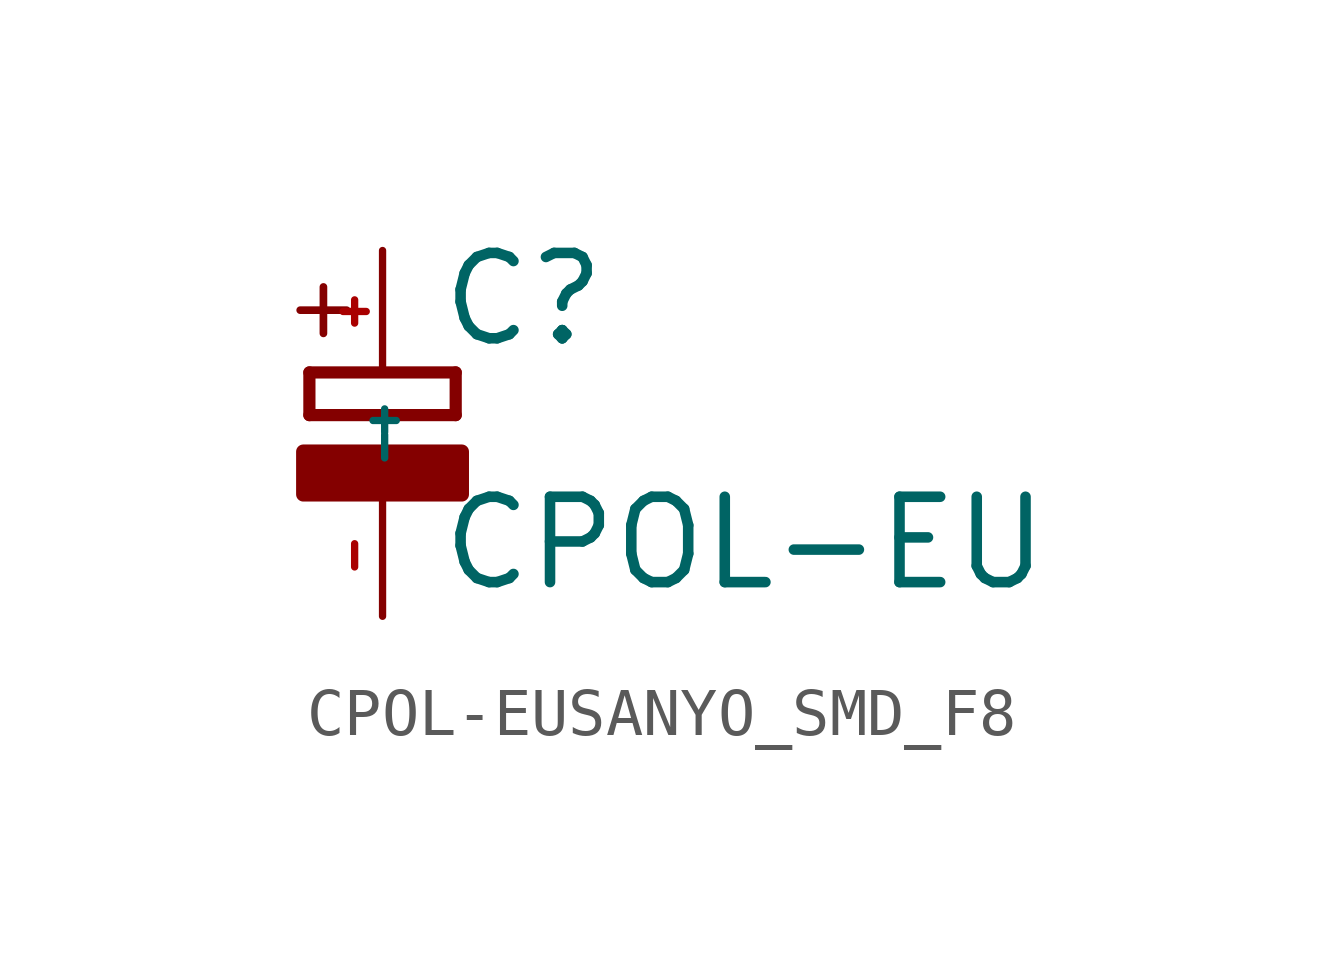
<source format=kicad_sym>
(kicad_symbol_lib
  (version 20220914)
  (generator Eagle2Kicad)
  (symbol "CPOL-EUSANYO_SMD_F8"
    (property "Reference" "C"
      (at 1.143 0.483 0)
      (effects (font (size 1.778 1.778) (thickness 0.22)) (justify left bottom)))
    (property "Value" "CPOL-EU"
      (at 1.143 -4.597 0)
      (effects (font (size 1.778 1.778) (thickness 0.22)) (justify left bottom)))
    (polyline
      (pts (xy -1.524 -0.889) (xy 1.524 -0.889))
      (stroke (width 0.254) (type default))
      (fill (type none)))
    (polyline
      (pts (xy 1.524 -0.889) (xy 1.524 0))
      (stroke (width 0.254) (type default))
      (fill (type none)))
    (polyline
      (pts (xy -1.524 0) (xy -1.524 -0.889))
      (stroke (width 0.254) (type default))
      (fill (type none)))
    (polyline
      (pts (xy -1.524 0) (xy 1.524 0))
      (stroke (width 0.254) (type default))
      (fill (type none)))
    (text "+"
      (at -0.584 0.406 900)
      (effects (font (size 1.27 1.27) (thickness 0.16)) (justify left bottom)))
    (rectangle
      (start -1.651 -2.54)
      (end 1.651 -1.651)
      (stroke (width 0.3) (type default))
      (fill (type outline)))
    (pin passive line
      (at 0 -5.08 90)
      (length 2.54)
      (name "-" (effects (font (size 0.635 0.635) (thickness 0.08)) (justify left bottom)))
      (number "-" (effects (font (size 0.635 0.635) (thickness 0.08)) (justify left bottom))))
    (pin passive line
      (at 0 2.54 270)
      (length 2.54)
      (name "+" (effects (font (size 0.635 0.635) (thickness 0.08)) (justify left bottom)))
      (number "+" (effects (font (size 0.635 0.635) (thickness 0.08)) (justify left bottom))))))
</source>
